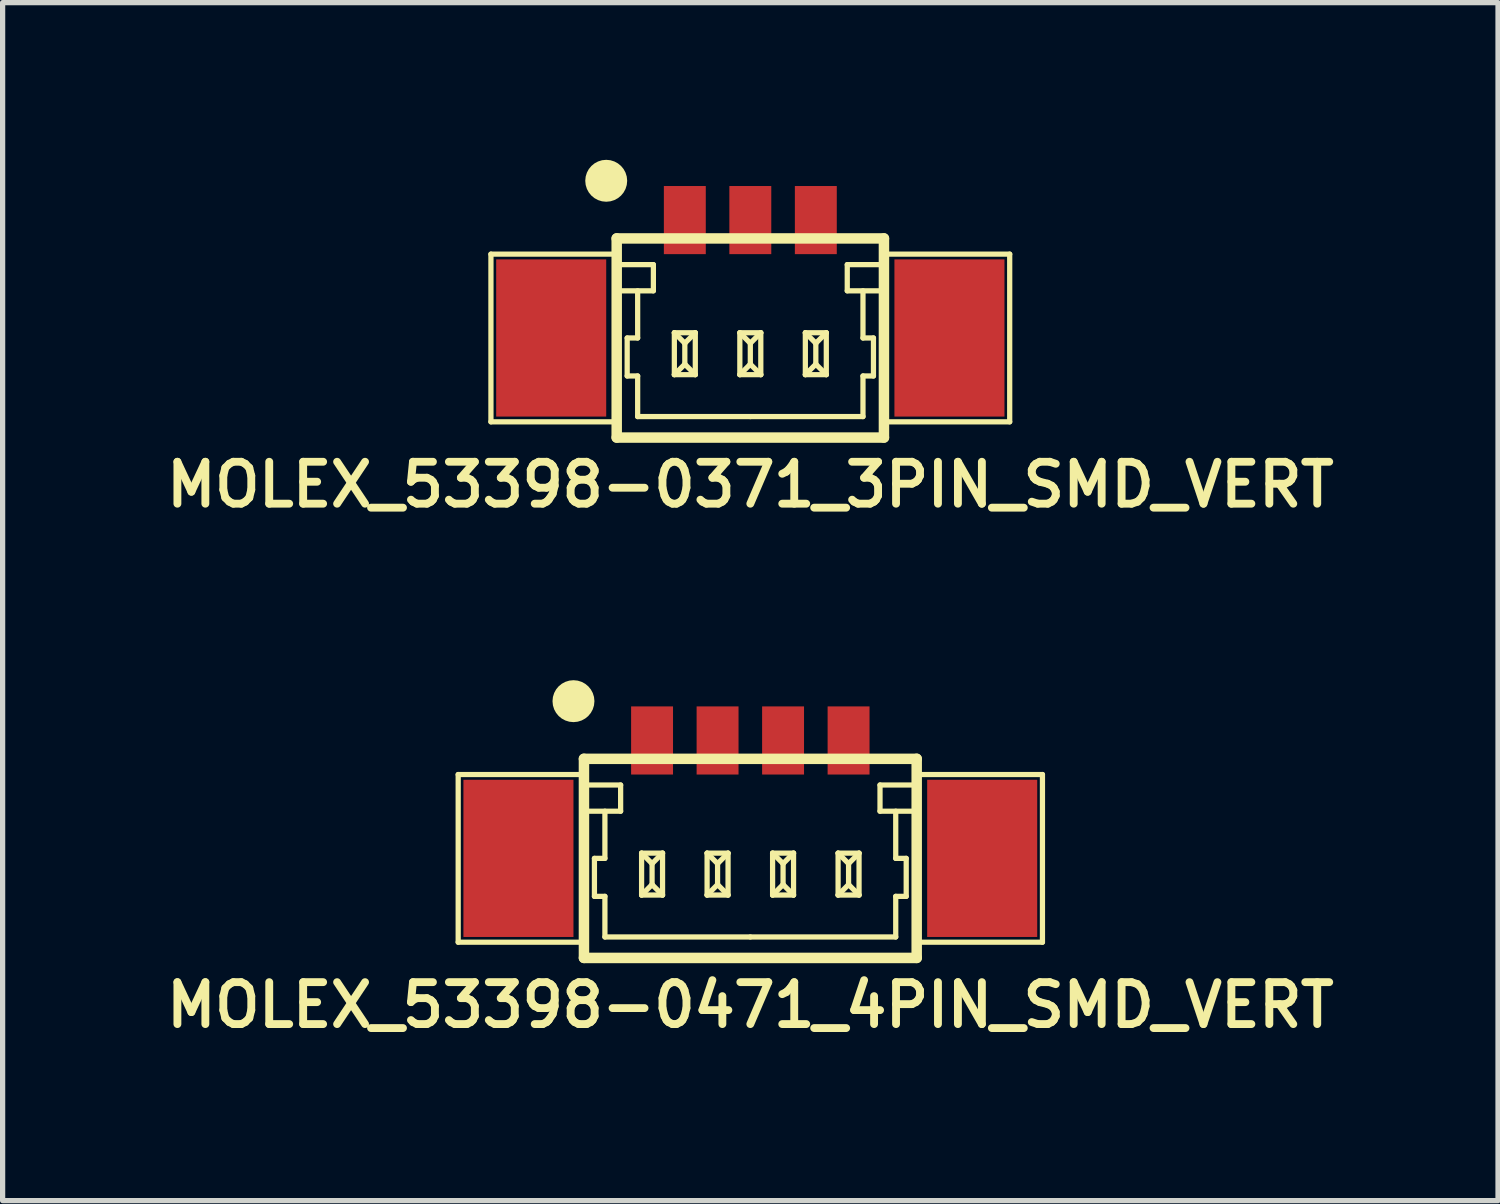
<source format=kicad_pcb>
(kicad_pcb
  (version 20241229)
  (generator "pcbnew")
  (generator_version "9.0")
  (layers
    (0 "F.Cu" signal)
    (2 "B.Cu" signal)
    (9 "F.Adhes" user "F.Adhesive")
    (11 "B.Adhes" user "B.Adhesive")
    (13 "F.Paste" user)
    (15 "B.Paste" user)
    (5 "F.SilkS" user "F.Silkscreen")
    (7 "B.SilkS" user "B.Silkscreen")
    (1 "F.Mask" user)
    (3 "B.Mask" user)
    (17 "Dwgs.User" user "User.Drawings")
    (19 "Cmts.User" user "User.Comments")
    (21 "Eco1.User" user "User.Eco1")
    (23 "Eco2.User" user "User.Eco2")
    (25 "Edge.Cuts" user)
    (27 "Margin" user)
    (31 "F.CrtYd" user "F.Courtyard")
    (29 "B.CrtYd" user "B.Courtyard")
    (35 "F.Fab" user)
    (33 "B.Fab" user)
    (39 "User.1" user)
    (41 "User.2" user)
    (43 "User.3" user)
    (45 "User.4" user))
  (footprint "MOLEX_53398-0371_3PIN_SMD_VERT"
    (layer "F.Cu")
    (at 11.269 3.4)
    (property "Reference" "MOLEX_53398-0371_3PIN_SMD_VERT" (at 0 2.8 0) (layer "F.SilkS") (effects (font (size 0.8 0.8) (thickness 0.15))))
    (attr through_hole)
    (fp_line (start -4.95 -1.6) (end -2.55 -1.6) (stroke (width 0.1) (type solid)) (layer "F.SilkS"))
    (fp_line (start -4.95 1.6) (end -4.95 -1.6) (stroke (width 0.1) (type solid)) (layer "F.SilkS"))
    (fp_line (start -2.55 -1.9) (end -2.55 1.9) (stroke (width 0.2) (type solid)) (layer "F.SilkS"))
    (fp_line (start -2.55 -1.9) (end 2.55 -1.9) (stroke (width 0.2) (type solid)) (layer "F.SilkS"))
    (fp_line (start -2.55 -0.9) (end -1.85 -0.9) (stroke (width 0.1) (type solid)) (layer "F.SilkS"))
    (fp_line (start -2.55 1.6) (end -4.95 1.6) (stroke (width 0.1) (type solid)) (layer "F.SilkS"))
    (fp_line (start -2.55 1.9) (end 2.55 1.9) (stroke (width 0.2) (type solid)) (layer "F.SilkS"))
    (fp_line (start -2.35 0) (end -2.15 0) (stroke (width 0.1) (type solid)) (layer "F.SilkS"))
    (fp_line (start -2.35 0.725) (end -2.35 0) (stroke (width 0.1) (type solid)) (layer "F.SilkS"))
    (fp_line (start -2.15 0) (end -2.15 -0.9) (stroke (width 0.1) (type solid)) (layer "F.SilkS"))
    (fp_line (start -2.15 0.725) (end -2.35 0.725) (stroke (width 0.1) (type solid)) (layer "F.SilkS"))
    (fp_line (start -2.15 1.5) (end -2.15 0.725) (stroke (width 0.1) (type solid)) (layer "F.SilkS"))
    (fp_line (start -1.85 -1.4) (end -2.55 -1.4) (stroke (width 0.1) (type solid)) (layer "F.SilkS"))
    (fp_line (start -1.85 -0.9) (end -1.85 -1.4) (stroke (width 0.1) (type solid)) (layer "F.SilkS"))
    (fp_line (start -1.45 -0.1) (end -1.45 0.7) (stroke (width 0.1) (type solid)) (layer "F.SilkS"))
    (fp_line (start -1.45 -0.1) (end -1.25 0.1) (stroke (width 0.1) (type solid)) (layer "F.SilkS"))
    (fp_line (start -1.45 -0.1) (end -1.05 -0.1) (stroke (width 0.1) (type solid)) (layer "F.SilkS"))
    (fp_line (start -1.45 0.7) (end -1.25 0.5) (stroke (width 0.1) (type solid)) (layer "F.SilkS"))
    (fp_line (start -1.45 0.7) (end -1.05 0.7) (stroke (width 0.1) (type solid)) (layer "F.SilkS"))
    (fp_line (start -1.25 0.1) (end -1.05 -0.1) (stroke (width 0.1) (type solid)) (layer "F.SilkS"))
    (fp_line (start -1.25 0.5) (end -1.25 0.1) (stroke (width 0.1) (type solid)) (layer "F.SilkS"))
    (fp_line (start -1.25 0.5) (end -1.05 0.7) (stroke (width 0.1) (type solid)) (layer "F.SilkS"))
    (fp_line (start -1.05 -0.1) (end -1.05 0.7) (stroke (width 0.1) (type solid)) (layer "F.SilkS"))
    (fp_line (start -0.2 -0.1) (end -0.2 0.7) (stroke (width 0.1) (type solid)) (layer "F.SilkS"))
    (fp_line (start -0.2 -0.1) (end 0 0.1) (stroke (width 0.1) (type solid)) (layer "F.SilkS"))
    (fp_line (start -0.2 -0.1) (end 0.2 -0.1) (stroke (width 0.1) (type solid)) (layer "F.SilkS"))
    (fp_line (start -0.2 0.7) (end 0 0.5) (stroke (width 0.1) (type solid)) (layer "F.SilkS"))
    (fp_line (start -0.2 0.7) (end 0.2 0.7) (stroke (width 0.1) (type solid)) (layer "F.SilkS"))
    (fp_line (start 0 0.1) (end 0.2 -0.1) (stroke (width 0.1) (type solid)) (layer "F.SilkS"))
    (fp_line (start 0 0.5) (end 0 0.1) (stroke (width 0.1) (type solid)) (layer "F.SilkS"))
    (fp_line (start 0 0.5) (end 0.2 0.7) (stroke (width 0.1) (type solid)) (layer "F.SilkS"))
    (fp_line (start 0 1.5) (end -2.15 1.5) (stroke (width 0.1) (type solid)) (layer "F.SilkS"))
    (fp_line (start 0 1.5) (end 2.15 1.5) (stroke (width 0.1) (type solid)) (layer "F.SilkS"))
    (fp_line (start 0.2 -0.1) (end 0.2 0.7) (stroke (width 0.1) (type solid)) (layer "F.SilkS"))
    (fp_line (start 1.05 -0.1) (end 1.05 0.7) (stroke (width 0.1) (type solid)) (layer "F.SilkS"))
    (fp_line (start 1.05 -0.1) (end 1.25 0.1) (stroke (width 0.1) (type solid)) (layer "F.SilkS"))
    (fp_line (start 1.05 -0.1) (end 1.45 -0.1) (stroke (width 0.1) (type solid)) (layer "F.SilkS"))
    (fp_line (start 1.05 0.7) (end 1.25 0.5) (stroke (width 0.1) (type solid)) (layer "F.SilkS"))
    (fp_line (start 1.05 0.7) (end 1.45 0.7) (stroke (width 0.1) (type solid)) (layer "F.SilkS"))
    (fp_line (start 1.25 0.1) (end 1.45 -0.1) (stroke (width 0.1) (type solid)) (layer "F.SilkS"))
    (fp_line (start 1.25 0.5) (end 1.25 0.1) (stroke (width 0.1) (type solid)) (layer "F.SilkS"))
    (fp_line (start 1.25 0.5) (end 1.45 0.7) (stroke (width 0.1) (type solid)) (layer "F.SilkS"))
    (fp_line (start 1.45 -0.1) (end 1.45 0.7) (stroke (width 0.1) (type solid)) (layer "F.SilkS"))
    (fp_line (start 1.85 -1.4) (end 2.55 -1.4) (stroke (width 0.1) (type solid)) (layer "F.SilkS"))
    (fp_line (start 1.85 -0.9) (end 1.85 -1.4) (stroke (width 0.1) (type solid)) (layer "F.SilkS"))
    (fp_line (start 2.15 0) (end 2.15 -0.9) (stroke (width 0.1) (type solid)) (layer "F.SilkS"))
    (fp_line (start 2.15 0.725) (end 2.35 0.725) (stroke (width 0.1) (type solid)) (layer "F.SilkS"))
    (fp_line (start 2.15 1.5) (end 2.15 0.725) (stroke (width 0.1) (type solid)) (layer "F.SilkS"))
    (fp_line (start 2.35 0) (end 2.15 0) (stroke (width 0.1) (type solid)) (layer "F.SilkS"))
    (fp_line (start 2.35 0.725) (end 2.35 0) (stroke (width 0.1) (type solid)) (layer "F.SilkS"))
    (fp_line (start 2.55 -1.9) (end 2.55 1.9) (stroke (width 0.2) (type solid)) (layer "F.SilkS"))
    (fp_line (start 2.55 -0.9) (end 1.85 -0.9) (stroke (width 0.1) (type solid)) (layer "F.SilkS"))
    (fp_line (start 2.55 1.6) (end 4.95 1.6) (stroke (width 0.1) (type solid)) (layer "F.SilkS"))
    (fp_line (start 4.95 -1.6) (end 2.55 -1.6) (stroke (width 0.1) (type solid)) (layer "F.SilkS"))
    (fp_line (start 4.95 1.6) (end 4.95 -1.6) (stroke (width 0.1) (type solid)) (layer "F.SilkS"))
    (fp_circle (center -2.75 -3) (end -2.75 -2.8) (stroke (width 0.4) (type solid)) (fill no) (layer "F.SilkS"))
    (pad "" smd rect (at -3.8 0) (size 2.1 3) (layers "F.Cu" "F.Mask"))
    (pad "" smd rect (at 3.8 0) (size 2.1 3) (layers "F.Cu" "F.Mask"))
    (pad "1" smd rect (at -1.25 -2.25) (size 0.8 1.3) (layers "F.Cu" "F.Mask"))
    (pad "2" smd rect (at 0 -2.25) (size 0.8 1.3) (layers "F.Cu" "F.Mask"))
    (pad "3" smd rect (at 1.25 -2.25) (size 0.8 1.3) (layers "F.Cu" "F.Mask")))
  (footprint "MOLEX_53398-0471_4PIN_SMD_VERT"
    (layer "F.Cu")
    (at 11.269 13.331)
    (property "Reference" "MOLEX_53398-0471_4PIN_SMD_VERT" (at 0 2.8 0) (layer "F.SilkS") (effects (font (size 0.8 0.8) (thickness 0.15))))
    (attr through_hole)
    (fp_line (start -5.575 -1.6) (end -3.175 -1.6) (stroke (width 0.1) (type solid)) (layer "F.SilkS"))
    (fp_line (start -5.575 1.6) (end -5.575 -1.6) (stroke (width 0.1) (type solid)) (layer "F.SilkS"))
    (fp_line (start -3.175 -1.9) (end -3.175 1.9) (stroke (width 0.2) (type solid)) (layer "F.SilkS"))
    (fp_line (start -3.175 -1.9) (end 3.175 -1.9) (stroke (width 0.2) (type solid)) (layer "F.SilkS"))
    (fp_line (start -3.175 -0.9) (end -2.475 -0.9) (stroke (width 0.1) (type solid)) (layer "F.SilkS"))
    (fp_line (start -3.175 1.6) (end -5.575 1.6) (stroke (width 0.1) (type solid)) (layer "F.SilkS"))
    (fp_line (start -3.175 1.9) (end 3.175 1.9) (stroke (width 0.2) (type solid)) (layer "F.SilkS"))
    (fp_line (start -2.975 0) (end -2.775 0) (stroke (width 0.1) (type solid)) (layer "F.SilkS"))
    (fp_line (start -2.975 0.725) (end -2.975 0) (stroke (width 0.1) (type solid)) (layer "F.SilkS"))
    (fp_line (start -2.775 0) (end -2.775 -0.9) (stroke (width 0.1) (type solid)) (layer "F.SilkS"))
    (fp_line (start -2.775 0.725) (end -2.975 0.725) (stroke (width 0.1) (type solid)) (layer "F.SilkS"))
    (fp_line (start -2.775 1.5) (end -2.775 0.725) (stroke (width 0.1) (type solid)) (layer "F.SilkS"))
    (fp_line (start -2.475 -1.4) (end -3.175 -1.4) (stroke (width 0.1) (type solid)) (layer "F.SilkS"))
    (fp_line (start -2.475 -0.9) (end -2.475 -1.4) (stroke (width 0.1) (type solid)) (layer "F.SilkS"))
    (fp_line (start -2.075 -0.1) (end -2.075 0.7) (stroke (width 0.1) (type solid)) (layer "F.SilkS"))
    (fp_line (start -2.075 -0.1) (end -1.875 0.1) (stroke (width 0.1) (type solid)) (layer "F.SilkS"))
    (fp_line (start -2.075 -0.1) (end -1.675 -0.1) (stroke (width 0.1) (type solid)) (layer "F.SilkS"))
    (fp_line (start -2.075 0.7) (end -1.875 0.5) (stroke (width 0.1) (type solid)) (layer "F.SilkS"))
    (fp_line (start -2.075 0.7) (end -1.675 0.7) (stroke (width 0.1) (type solid)) (layer "F.SilkS"))
    (fp_line (start -1.875 0.1) (end -1.675 -0.1) (stroke (width 0.1) (type solid)) (layer "F.SilkS"))
    (fp_line (start -1.875 0.5) (end -1.875 0.1) (stroke (width 0.1) (type solid)) (layer "F.SilkS"))
    (fp_line (start -1.875 0.5) (end -1.675 0.7) (stroke (width 0.1) (type solid)) (layer "F.SilkS"))
    (fp_line (start -1.675 -0.1) (end -1.675 0.7) (stroke (width 0.1) (type solid)) (layer "F.SilkS"))
    (fp_line (start -0.825 -0.1) (end -0.825 0.7) (stroke (width 0.1) (type solid)) (layer "F.SilkS"))
    (fp_line (start -0.825 -0.1) (end -0.625 0.1) (stroke (width 0.1) (type solid)) (layer "F.SilkS"))
    (fp_line (start -0.825 -0.1) (end -0.425 -0.1) (stroke (width 0.1) (type solid)) (layer "F.SilkS"))
    (fp_line (start -0.825 0.7) (end -0.625 0.5) (stroke (width 0.1) (type solid)) (layer "F.SilkS"))
    (fp_line (start -0.825 0.7) (end -0.425 0.7) (stroke (width 0.1) (type solid)) (layer "F.SilkS"))
    (fp_line (start -0.625 0.1) (end -0.425 -0.1) (stroke (width 0.1) (type solid)) (layer "F.SilkS"))
    (fp_line (start -0.625 0.5) (end -0.625 0.1) (stroke (width 0.1) (type solid)) (layer "F.SilkS"))
    (fp_line (start -0.625 0.5) (end -0.425 0.7) (stroke (width 0.1) (type solid)) (layer "F.SilkS"))
    (fp_line (start -0.425 -0.1) (end -0.425 0.7) (stroke (width 0.1) (type solid)) (layer "F.SilkS"))
    (fp_line (start 0 1.5) (end -2.775 1.5) (stroke (width 0.1) (type solid)) (layer "F.SilkS"))
    (fp_line (start 0 1.5) (end 2.775 1.5) (stroke (width 0.1) (type solid)) (layer "F.SilkS"))
    (fp_line (start 0.425 -0.1) (end 0.425 0.7) (stroke (width 0.1) (type solid)) (layer "F.SilkS"))
    (fp_line (start 0.425 -0.1) (end 0.625 0.1) (stroke (width 0.1) (type solid)) (layer "F.SilkS"))
    (fp_line (start 0.425 -0.1) (end 0.825 -0.1) (stroke (width 0.1) (type solid)) (layer "F.SilkS"))
    (fp_line (start 0.425 0.7) (end 0.625 0.5) (stroke (width 0.1) (type solid)) (layer "F.SilkS"))
    (fp_line (start 0.425 0.7) (end 0.825 0.7) (stroke (width 0.1) (type solid)) (layer "F.SilkS"))
    (fp_line (start 0.625 0.1) (end 0.825 -0.1) (stroke (width 0.1) (type solid)) (layer "F.SilkS"))
    (fp_line (start 0.625 0.5) (end 0.625 0.1) (stroke (width 0.1) (type solid)) (layer "F.SilkS"))
    (fp_line (start 0.625 0.5) (end 0.825 0.7) (stroke (width 0.1) (type solid)) (layer "F.SilkS"))
    (fp_line (start 0.825 -0.1) (end 0.825 0.7) (stroke (width 0.1) (type solid)) (layer "F.SilkS"))
    (fp_line (start 1.675 -0.1) (end 1.675 0.7) (stroke (width 0.1) (type solid)) (layer "F.SilkS"))
    (fp_line (start 1.675 -0.1) (end 1.875 0.1) (stroke (width 0.1) (type solid)) (layer "F.SilkS"))
    (fp_line (start 1.675 -0.1) (end 2.075 -0.1) (stroke (width 0.1) (type solid)) (layer "F.SilkS"))
    (fp_line (start 1.675 0.7) (end 1.875 0.5) (stroke (width 0.1) (type solid)) (layer "F.SilkS"))
    (fp_line (start 1.675 0.7) (end 2.075 0.7) (stroke (width 0.1) (type solid)) (layer "F.SilkS"))
    (fp_line (start 1.875 0.1) (end 2.075 -0.1) (stroke (width 0.1) (type solid)) (layer "F.SilkS"))
    (fp_line (start 1.875 0.5) (end 1.875 0.1) (stroke (width 0.1) (type solid)) (layer "F.SilkS"))
    (fp_line (start 1.875 0.5) (end 2.075 0.7) (stroke (width 0.1) (type solid)) (layer "F.SilkS"))
    (fp_line (start 2.075 -0.1) (end 2.075 0.7) (stroke (width 0.1) (type solid)) (layer "F.SilkS"))
    (fp_line (start 2.475 -1.4) (end 3.175 -1.4) (stroke (width 0.1) (type solid)) (layer "F.SilkS"))
    (fp_line (start 2.475 -0.9) (end 2.475 -1.4) (stroke (width 0.1) (type solid)) (layer "F.SilkS"))
    (fp_line (start 2.775 0) (end 2.775 -0.9) (stroke (width 0.1) (type solid)) (layer "F.SilkS"))
    (fp_line (start 2.775 0.725) (end 2.975 0.725) (stroke (width 0.1) (type solid)) (layer "F.SilkS"))
    (fp_line (start 2.775 1.5) (end 2.775 0.725) (stroke (width 0.1) (type solid)) (layer "F.SilkS"))
    (fp_line (start 2.975 0) (end 2.775 0) (stroke (width 0.1) (type solid)) (layer "F.SilkS"))
    (fp_line (start 2.975 0.725) (end 2.975 0) (stroke (width 0.1) (type solid)) (layer "F.SilkS"))
    (fp_line (start 3.175 -1.9) (end 3.175 1.9) (stroke (width 0.2) (type solid)) (layer "F.SilkS"))
    (fp_line (start 3.175 -0.9) (end 2.475 -0.9) (stroke (width 0.1) (type solid)) (layer "F.SilkS"))
    (fp_line (start 3.175 1.6) (end 5.575 1.6) (stroke (width 0.1) (type solid)) (layer "F.SilkS"))
    (fp_line (start 5.575 -1.6) (end 3.175 -1.6) (stroke (width 0.1) (type solid)) (layer "F.SilkS"))
    (fp_line (start 5.575 1.6) (end 5.575 -1.6) (stroke (width 0.1) (type solid)) (layer "F.SilkS"))
    (fp_circle (center -3.375 -3) (end -3.375 -2.8) (stroke (width 0.4) (type solid)) (fill no) (layer "F.SilkS"))
    (pad "" smd rect (at -4.425 0) (size 2.1 3) (layers "F.Cu" "F.Mask"))
    (pad "" smd rect (at 4.425 0) (size 2.1 3) (layers "F.Cu" "F.Mask"))
    (pad "1" smd rect (at -1.875 -2.25) (size 0.8 1.3) (layers "F.Cu" "F.Mask"))
    (pad "2" smd rect (at -0.625 -2.25) (size 0.8 1.3) (layers "F.Cu" "F.Mask"))
    (pad "3" smd rect (at 0.625 -2.25) (size 0.8 1.3) (layers "F.Cu" "F.Mask"))
    (pad "4" smd rect (at 1.875 -2.25) (size 0.8 1.3) (layers "F.Cu" "F.Mask")))
  (gr_rect
    (start -3 -3)
    (end 25.538 19.863)
    (stroke (width 0.1) (type default))
    (fill no)
    (layer "Edge.Cuts")))
</source>
